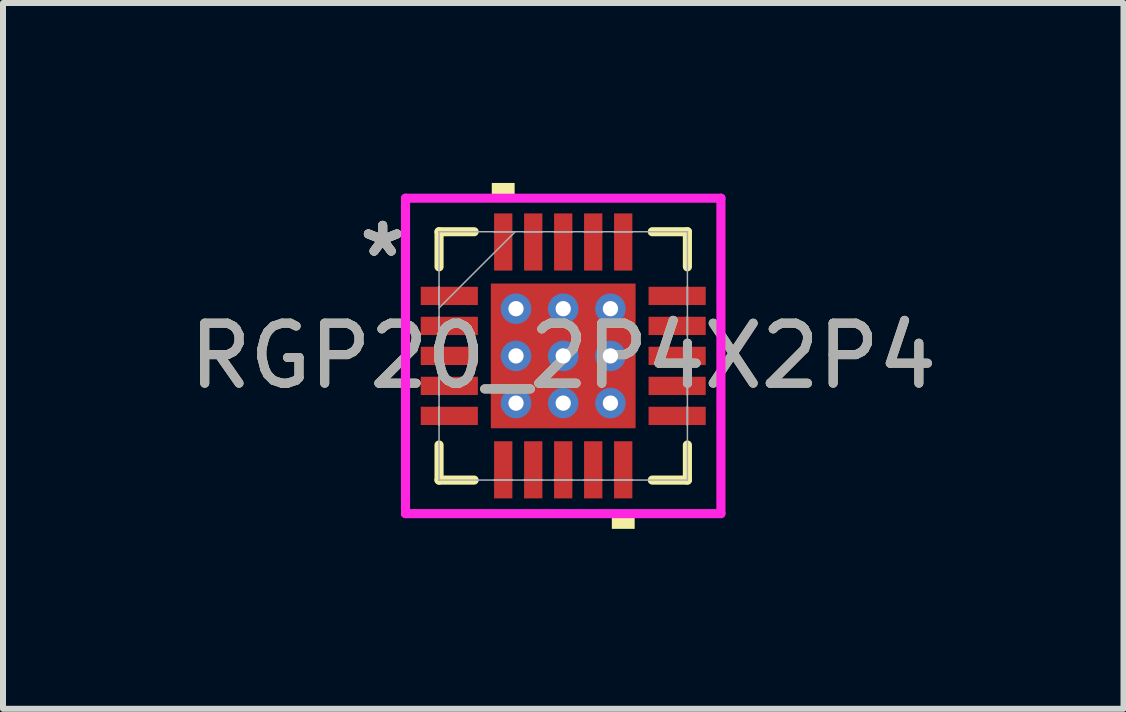
<source format=kicad_pcb>
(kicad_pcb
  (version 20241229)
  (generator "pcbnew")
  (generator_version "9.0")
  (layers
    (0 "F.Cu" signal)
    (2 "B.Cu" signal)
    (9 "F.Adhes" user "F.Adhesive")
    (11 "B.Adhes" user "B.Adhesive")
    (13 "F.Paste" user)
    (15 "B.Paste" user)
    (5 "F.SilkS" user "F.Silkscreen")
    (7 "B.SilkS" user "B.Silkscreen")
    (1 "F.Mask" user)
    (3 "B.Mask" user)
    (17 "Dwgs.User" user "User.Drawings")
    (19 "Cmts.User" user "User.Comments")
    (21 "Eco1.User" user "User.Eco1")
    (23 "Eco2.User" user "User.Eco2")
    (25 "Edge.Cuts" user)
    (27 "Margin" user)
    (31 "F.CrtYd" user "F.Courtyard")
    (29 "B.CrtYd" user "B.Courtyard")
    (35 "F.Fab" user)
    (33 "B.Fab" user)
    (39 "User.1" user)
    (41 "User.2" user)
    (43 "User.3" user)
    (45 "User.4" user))
  (footprint "RGP20_2P4X2P4"
    (layer "F.Cu")
    (at 6.339 2.883)
    (property "Reference" "RGP20_2P4X2P4" (at 0 0 0) (unlocked yes) (layer "F.SilkS") (effects (font (size 1 1) (thickness 0.15))))
    (attr smd)
    (fp_poly (pts (xy -1.27 -1.27) (xy -0.987 -1.27) (xy -0.987 1.27) (xy -1.27 1.27)) (stroke (width 0) (type solid)) (fill yes) (layer "F.Mask"))
    (fp_poly (pts (xy -1.27 -1.27) (xy 1.27 -1.27) (xy 1.27 -0.987) (xy -1.27 -0.987)) (stroke (width 0) (type solid)) (fill yes) (layer "F.Mask"))
    (fp_poly (pts (xy -1.27 -0.587) (xy 1.27 -0.587) (xy 1.27 -0.2) (xy -1.27 -0.2)) (stroke (width 0) (type solid)) (fill yes) (layer "F.Mask"))
    (fp_poly (pts (xy -1.27 0.2) (xy 1.27 0.2) (xy 1.27 0.587) (xy -1.27 0.587)) (stroke (width 0) (type solid)) (fill yes) (layer "F.Mask"))
    (fp_poly (pts (xy -1.27 0.987) (xy 1.27 0.987) (xy 1.27 1.27) (xy -1.27 1.27)) (stroke (width 0) (type solid)) (fill yes) (layer "F.Mask"))
    (fp_poly (pts (xy -0.2 -1.27) (xy -0.587 -1.27) (xy -0.587 1.27) (xy -0.2 1.27)) (stroke (width 0) (type solid)) (fill yes) (layer "F.Mask"))
    (fp_poly (pts (xy 0.587 -1.27) (xy 0.2 -1.27) (xy 0.2 1.27) (xy 0.587 1.27)) (stroke (width 0) (type solid)) (fill yes) (layer "F.Mask"))
    (fp_poly (pts (xy 0.987 -1.27) (xy 1.27 -1.27) (xy 1.27 1.27) (xy 0.987 1.27)) (stroke (width 0) (type solid)) (fill yes) (layer "F.Mask"))
    (fp_line (start -2.07 -2.07) (end -2.07 -1.485) (stroke (width 0.152) (type solid)) (layer "F.SilkS"))
    (fp_line (start -2.07 1.485) (end -2.07 2.07) (stroke (width 0.152) (type solid)) (layer "F.SilkS"))
    (fp_line (start -2.07 2.07) (end -1.485 2.07) (stroke (width 0.152) (type solid)) (layer "F.SilkS"))
    (fp_line (start -1.485 -2.07) (end -2.07 -2.07) (stroke (width 0.152) (type solid)) (layer "F.SilkS"))
    (fp_line (start 1.485 2.07) (end 2.07 2.07) (stroke (width 0.152) (type solid)) (layer "F.SilkS"))
    (fp_line (start 2.07 -2.07) (end 1.485 -2.07) (stroke (width 0.152) (type solid)) (layer "F.SilkS"))
    (fp_line (start 2.07 -1.485) (end 2.07 -2.07) (stroke (width 0.152) (type solid)) (layer "F.SilkS"))
    (fp_line (start 2.07 2.07) (end 2.07 1.485) (stroke (width 0.152) (type solid)) (layer "F.SilkS"))
    (fp_poly (pts (xy -1.191 -2.629) (xy -1.191 -2.883) (xy -0.81 -2.883) (xy -0.81 -2.629)) (stroke (width 0) (type solid)) (fill yes) (layer "F.SilkS"))
    (fp_poly (pts (xy 0.81 2.629) (xy 0.81 2.883) (xy 1.191 2.883) (xy 1.191 2.629)) (stroke (width 0) (type solid)) (fill yes) (layer "F.SilkS"))
    (fp_poly (pts (xy -1.132 -1.132) (xy -1.132 -0.887) (xy -1.029 -0.887) (xy -0.887 -1.029) (xy -0.887 -1.132)) (stroke (width 0) (type solid)) (fill yes) (layer "F.Paste"))
    (fp_poly (pts (xy -1.132 0.887) (xy -1.132 1.132) (xy -0.887 1.132) (xy -0.887 1.029) (xy -1.029 0.887)) (stroke (width 0) (type solid)) (fill yes) (layer "F.Paste"))
    (fp_poly (pts (xy 0.887 -1.132) (xy 0.887 -1.029) (xy 1.029 -0.887) (xy 1.132 -0.887) (xy 1.132 -1.132)) (stroke (width 0) (type solid)) (fill yes) (layer "F.Paste"))
    (fp_poly (pts (xy 1.029 0.887) (xy 0.887 1.029) (xy 0.887 1.132) (xy 1.132 1.132) (xy 1.132 0.887)) (stroke (width 0) (type solid)) (fill yes) (layer "F.Paste"))
    (fp_poly (pts (xy -1.132 -0.687) (xy -1.132 -0.1) (xy -1.029 -0.1) (xy -0.887 -0.241) (xy -0.887 -0.546) (xy -1.029 -0.687)) (stroke (width 0) (type solid)) (fill yes) (layer "F.Paste"))
    (fp_poly (pts (xy -1.132 0.1) (xy -1.132 0.687) (xy -1.029 0.687) (xy -0.887 0.546) (xy -0.887 0.241) (xy -1.029 0.1)) (stroke (width 0) (type solid)) (fill yes) (layer "F.Paste"))
    (fp_poly (pts (xy -0.687 -1.132) (xy -0.687 -1.029) (xy -0.546 -0.887) (xy -0.241 -0.887) (xy -0.1 -1.029) (xy -0.1 -1.132)) (stroke (width 0) (type solid)) (fill yes) (layer "F.Paste"))
    (fp_poly (pts (xy -0.546 0.887) (xy -0.687 1.029) (xy -0.687 1.132) (xy -0.1 1.132) (xy -0.1 1.029) (xy -0.241 0.887)) (stroke (width 0) (type solid)) (fill yes) (layer "F.Paste"))
    (fp_poly (pts (xy 0.1 -1.132) (xy 0.1 -1.029) (xy 0.241 -0.887) (xy 0.546 -0.887) (xy 0.687 -1.029) (xy 0.687 -1.132)) (stroke (width 0) (type solid)) (fill yes) (layer "F.Paste"))
    (fp_poly (pts (xy 0.241 0.887) (xy 0.1 1.029) (xy 0.1 1.132) (xy 0.687 1.132) (xy 0.687 1.029) (xy 0.546 0.887)) (stroke (width 0) (type solid)) (fill yes) (layer "F.Paste"))
    (fp_poly (pts (xy 1.029 -0.687) (xy 0.887 -0.546) (xy 0.887 -0.241) (xy 1.029 -0.1) (xy 1.132 -0.1) (xy 1.132 -0.687)) (stroke (width 0) (type solid)) (fill yes) (layer "F.Paste"))
    (fp_poly (pts (xy 1.029 0.1) (xy 0.887 0.241) (xy 0.887 0.546) (xy 1.029 0.687) (xy 1.132 0.687) (xy 1.132 0.1)) (stroke (width 0) (type solid)) (fill yes) (layer "F.Paste"))
    (fp_poly (pts (xy -0.546 -0.687) (xy -0.687 -0.546) (xy -0.687 -0.241) (xy -0.546 -0.1) (xy -0.241 -0.1) (xy -0.1 -0.241) (xy -0.1 -0.546) (xy -0.241 -0.687)) (stroke (width 0) (type solid)) (fill yes) (layer "F.Paste"))
    (fp_poly (pts (xy -0.546 0.1) (xy -0.687 0.241) (xy -0.687 0.546) (xy -0.546 0.687) (xy -0.241 0.687) (xy -0.1 0.546) (xy -0.1 0.241) (xy -0.241 0.1)) (stroke (width 0) (type solid)) (fill yes) (layer "F.Paste"))
    (fp_poly (pts (xy 0.241 -0.687) (xy 0.1 -0.546) (xy 0.1 -0.241) (xy 0.241 -0.1) (xy 0.546 -0.1) (xy 0.687 -0.241) (xy 0.687 -0.546) (xy 0.546 -0.687)) (stroke (width 0) (type solid)) (fill yes) (layer "F.Paste"))
    (fp_poly (pts (xy 0.241 0.1) (xy 0.1 0.241) (xy 0.1 0.546) (xy 0.241 0.687) (xy 0.546 0.687) (xy 0.687 0.546) (xy 0.687 0.241) (xy 0.546 0.1)) (stroke (width 0) (type solid)) (fill yes) (layer "F.Paste"))
    (fp_line (start -2.629 -2.629) (end 2.629 -2.629) (stroke (width 0.152) (type solid)) (layer "F.CrtYd"))
    (fp_line (start -2.629 2.629) (end -2.629 -2.629) (stroke (width 0.152) (type solid)) (layer "F.CrtYd"))
    (fp_line (start 2.629 -2.629) (end 2.629 2.629) (stroke (width 0.152) (type solid)) (layer "F.CrtYd"))
    (fp_line (start 2.629 2.629) (end -2.629 2.629) (stroke (width 0.152) (type solid)) (layer "F.CrtYd"))
    (fp_line (start -2.07 -2.07) (end -2.07 -2.07) (stroke (width 0.025) (type solid)) (layer "F.Fab"))
    (fp_line (start -2.07 -2.07) (end -2.07 2.07) (stroke (width 0.025) (type solid)) (layer "F.Fab"))
    (fp_line (start -2.07 -1.152) (end -2.07 -1.152) (stroke (width 0.025) (type solid)) (layer "F.Fab"))
    (fp_line (start -2.07 -1.152) (end -2.07 -0.848) (stroke (width 0.025) (type solid)) (layer "F.Fab"))
    (fp_line (start -2.07 -0.848) (end -2.07 -1.152) (stroke (width 0.025) (type solid)) (layer "F.Fab"))
    (fp_line (start -2.07 -0.848) (end -2.07 -0.848) (stroke (width 0.025) (type solid)) (layer "F.Fab"))
    (fp_line (start -2.07 -0.8) (end -0.8 -2.07) (stroke (width 0.025) (type solid)) (layer "F.Fab"))
    (fp_line (start -2.07 -0.652) (end -2.07 -0.652) (stroke (width 0.025) (type solid)) (layer "F.Fab"))
    (fp_line (start -2.07 -0.652) (end -2.07 -0.348) (stroke (width 0.025) (type solid)) (layer "F.Fab"))
    (fp_line (start -2.07 -0.348) (end -2.07 -0.652) (stroke (width 0.025) (type solid)) (layer "F.Fab"))
    (fp_line (start -2.07 -0.348) (end -2.07 -0.348) (stroke (width 0.025) (type solid)) (layer "F.Fab"))
    (fp_line (start -2.07 -0.152) (end -2.07 -0.152) (stroke (width 0.025) (type solid)) (layer "F.Fab"))
    (fp_line (start -2.07 -0.152) (end -2.07 0.152) (stroke (width 0.025) (type solid)) (layer "F.Fab"))
    (fp_line (start -2.07 0.152) (end -2.07 -0.152) (stroke (width 0.025) (type solid)) (layer "F.Fab"))
    (fp_line (start -2.07 0.152) (end -2.07 0.152) (stroke (width 0.025) (type solid)) (layer "F.Fab"))
    (fp_line (start -2.07 0.348) (end -2.07 0.348) (stroke (width 0.025) (type solid)) (layer "F.Fab"))
    (fp_line (start -2.07 0.348) (end -2.07 0.652) (stroke (width 0.025) (type solid)) (layer "F.Fab"))
    (fp_line (start -2.07 0.652) (end -2.07 0.348) (stroke (width 0.025) (type solid)) (layer "F.Fab"))
    (fp_line (start -2.07 0.652) (end -2.07 0.652) (stroke (width 0.025) (type solid)) (layer "F.Fab"))
    (fp_line (start -2.07 0.848) (end -2.07 0.848) (stroke (width 0.025) (type solid)) (layer "F.Fab"))
    (fp_line (start -2.07 0.848) (end -2.07 1.152) (stroke (width 0.025) (type solid)) (layer "F.Fab"))
    (fp_line (start -2.07 1.152) (end -2.07 0.848) (stroke (width 0.025) (type solid)) (layer "F.Fab"))
    (fp_line (start -2.07 1.152) (end -2.07 1.152) (stroke (width 0.025) (type solid)) (layer "F.Fab"))
    (fp_line (start -2.07 2.07) (end -2.07 2.07) (stroke (width 0.025) (type solid)) (layer "F.Fab"))
    (fp_line (start -2.07 2.07) (end 2.07 2.07) (stroke (width 0.025) (type solid)) (layer "F.Fab"))
    (fp_line (start -1.152 -2.07) (end -1.152 -2.07) (stroke (width 0.025) (type solid)) (layer "F.Fab"))
    (fp_line (start -1.152 -2.07) (end -0.848 -2.07) (stroke (width 0.025) (type solid)) (layer "F.Fab"))
    (fp_line (start -1.152 2.07) (end -1.152 2.07) (stroke (width 0.025) (type solid)) (layer "F.Fab"))
    (fp_line (start -1.152 2.07) (end -0.848 2.07) (stroke (width 0.025) (type solid)) (layer "F.Fab"))
    (fp_line (start -0.848 -2.07) (end -1.152 -2.07) (stroke (width 0.025) (type solid)) (layer "F.Fab"))
    (fp_line (start -0.848 -2.07) (end -0.848 -2.07) (stroke (width 0.025) (type solid)) (layer "F.Fab"))
    (fp_line (start -0.848 2.07) (end -1.152 2.07) (stroke (width 0.025) (type solid)) (layer "F.Fab"))
    (fp_line (start -0.848 2.07) (end -0.848 2.07) (stroke (width 0.025) (type solid)) (layer "F.Fab"))
    (fp_line (start -0.652 -2.07) (end -0.652 -2.07) (stroke (width 0.025) (type solid)) (layer "F.Fab"))
    (fp_line (start -0.652 -2.07) (end -0.348 -2.07) (stroke (width 0.025) (type solid)) (layer "F.Fab"))
    (fp_line (start -0.652 2.07) (end -0.652 2.07) (stroke (width 0.025) (type solid)) (layer "F.Fab"))
    (fp_line (start -0.652 2.07) (end -0.348 2.07) (stroke (width 0.025) (type solid)) (layer "F.Fab"))
    (fp_line (start -0.348 -2.07) (end -0.652 -2.07) (stroke (width 0.025) (type solid)) (layer "F.Fab"))
    (fp_line (start -0.348 -2.07) (end -0.348 -2.07) (stroke (width 0.025) (type solid)) (layer "F.Fab"))
    (fp_line (start -0.348 2.07) (end -0.652 2.07) (stroke (width 0.025) (type solid)) (layer "F.Fab"))
    (fp_line (start -0.348 2.07) (end -0.348 2.07) (stroke (width 0.025) (type solid)) (layer "F.Fab"))
    (fp_line (start -0.152 -2.07) (end -0.152 -2.07) (stroke (width 0.025) (type solid)) (layer "F.Fab"))
    (fp_line (start -0.152 -2.07) (end 0.152 -2.07) (stroke (width 0.025) (type solid)) (layer "F.Fab"))
    (fp_line (start -0.152 2.07) (end -0.152 2.07) (stroke (width 0.025) (type solid)) (layer "F.Fab"))
    (fp_line (start -0.152 2.07) (end 0.152 2.07) (stroke (width 0.025) (type solid)) (layer "F.Fab"))
    (fp_line (start 0.152 -2.07) (end -0.152 -2.07) (stroke (width 0.025) (type solid)) (layer "F.Fab"))
    (fp_line (start 0.152 -2.07) (end 0.152 -2.07) (stroke (width 0.025) (type solid)) (layer "F.Fab"))
    (fp_line (start 0.152 2.07) (end -0.152 2.07) (stroke (width 0.025) (type solid)) (layer "F.Fab"))
    (fp_line (start 0.152 2.07) (end 0.152 2.07) (stroke (width 0.025) (type solid)) (layer "F.Fab"))
    (fp_line (start 0.348 -2.07) (end 0.348 -2.07) (stroke (width 0.025) (type solid)) (layer "F.Fab"))
    (fp_line (start 0.348 -2.07) (end 0.652 -2.07) (stroke (width 0.025) (type solid)) (layer "F.Fab"))
    (fp_line (start 0.348 2.07) (end 0.348 2.07) (stroke (width 0.025) (type solid)) (layer "F.Fab"))
    (fp_line (start 0.348 2.07) (end 0.652 2.07) (stroke (width 0.025) (type solid)) (layer "F.Fab"))
    (fp_line (start 0.652 -2.07) (end 0.348 -2.07) (stroke (width 0.025) (type solid)) (layer "F.Fab"))
    (fp_line (start 0.652 -2.07) (end 0.652 -2.07) (stroke (width 0.025) (type solid)) (layer "F.Fab"))
    (fp_line (start 0.652 2.07) (end 0.348 2.07) (stroke (width 0.025) (type solid)) (layer "F.Fab"))
    (fp_line (start 0.652 2.07) (end 0.652 2.07) (stroke (width 0.025) (type solid)) (layer "F.Fab"))
    (fp_line (start 0.848 -2.07) (end 0.848 -2.07) (stroke (width 0.025) (type solid)) (layer "F.Fab"))
    (fp_line (start 0.848 -2.07) (end 1.152 -2.07) (stroke (width 0.025) (type solid)) (layer "F.Fab"))
    (fp_line (start 0.848 2.07) (end 0.848 2.07) (stroke (width 0.025) (type solid)) (layer "F.Fab"))
    (fp_line (start 0.848 2.07) (end 1.152 2.07) (stroke (width 0.025) (type solid)) (layer "F.Fab"))
    (fp_line (start 1.152 -2.07) (end 0.848 -2.07) (stroke (width 0.025) (type solid)) (layer "F.Fab"))
    (fp_line (start 1.152 -2.07) (end 1.152 -2.07) (stroke (width 0.025) (type solid)) (layer "F.Fab"))
    (fp_line (start 1.152 2.07) (end 0.848 2.07) (stroke (width 0.025) (type solid)) (layer "F.Fab"))
    (fp_line (start 1.152 2.07) (end 1.152 2.07) (stroke (width 0.025) (type solid)) (layer "F.Fab"))
    (fp_line (start 2.07 -2.07) (end -2.07 -2.07) (stroke (width 0.025) (type solid)) (layer "F.Fab"))
    (fp_line (start 2.07 -2.07) (end 2.07 -2.07) (stroke (width 0.025) (type solid)) (layer "F.Fab"))
    (fp_line (start 2.07 -1.152) (end 2.07 -1.152) (stroke (width 0.025) (type solid)) (layer "F.Fab"))
    (fp_line (start 2.07 -1.152) (end 2.07 -0.848) (stroke (width 0.025) (type solid)) (layer "F.Fab"))
    (fp_line (start 2.07 -0.848) (end 2.07 -1.152) (stroke (width 0.025) (type solid)) (layer "F.Fab"))
    (fp_line (start 2.07 -0.848) (end 2.07 -0.848) (stroke (width 0.025) (type solid)) (layer "F.Fab"))
    (fp_line (start 2.07 -0.652) (end 2.07 -0.652) (stroke (width 0.025) (type solid)) (layer "F.Fab"))
    (fp_line (start 2.07 -0.652) (end 2.07 -0.348) (stroke (width 0.025) (type solid)) (layer "F.Fab"))
    (fp_line (start 2.07 -0.348) (end 2.07 -0.652) (stroke (width 0.025) (type solid)) (layer "F.Fab"))
    (fp_line (start 2.07 -0.348) (end 2.07 -0.348) (stroke (width 0.025) (type solid)) (layer "F.Fab"))
    (fp_line (start 2.07 -0.152) (end 2.07 -0.152) (stroke (width 0.025) (type solid)) (layer "F.Fab"))
    (fp_line (start 2.07 -0.152) (end 2.07 0.152) (stroke (width 0.025) (type solid)) (layer "F.Fab"))
    (fp_line (start 2.07 0.152) (end 2.07 -0.152) (stroke (width 0.025) (type solid)) (layer "F.Fab"))
    (fp_line (start 2.07 0.152) (end 2.07 0.152) (stroke (width 0.025) (type solid)) (layer "F.Fab"))
    (fp_line (start 2.07 0.348) (end 2.07 0.348) (stroke (width 0.025) (type solid)) (layer "F.Fab"))
    (fp_line (start 2.07 0.348) (end 2.07 0.652) (stroke (width 0.025) (type solid)) (layer "F.Fab"))
    (fp_line (start 2.07 0.652) (end 2.07 0.348) (stroke (width 0.025) (type solid)) (layer "F.Fab"))
    (fp_line (start 2.07 0.652) (end 2.07 0.652) (stroke (width 0.025) (type solid)) (layer "F.Fab"))
    (fp_line (start 2.07 0.848) (end 2.07 0.848) (stroke (width 0.025) (type solid)) (layer "F.Fab"))
    (fp_line (start 2.07 0.848) (end 2.07 1.152) (stroke (width 0.025) (type solid)) (layer "F.Fab"))
    (fp_line (start 2.07 1.152) (end 2.07 0.848) (stroke (width 0.025) (type solid)) (layer "F.Fab"))
    (fp_line (start 2.07 1.152) (end 2.07 1.152) (stroke (width 0.025) (type solid)) (layer "F.Fab"))
    (fp_line (start 2.07 2.07) (end 2.07 -2.07) (stroke (width 0.025) (type solid)) (layer "F.Fab"))
    (fp_line (start 2.07 2.07) (end 2.07 2.07) (stroke (width 0.025) (type solid)) (layer "F.Fab"))
    (fp_text user "*" (at -3.01 -1.631 0) (layer "F.SilkS") (effects (font (size 1 1) (thickness 0.15))))
    (fp_text user "*" (at -3.01 -1.631 0) (unlocked yes) (layer "F.SilkS") (effects (font (size 1 1) (thickness 0.15))))
    (fp_text user "*" (at -3.01 -1.631 0) (unlocked yes) (layer "F.Fab") (effects (font (size 1 1) (thickness 0.15))))
    (fp_text user "${REFERENCE}" (at 0 0 0) (unlocked yes) (layer "F.Fab") (effects (font (size 1 1) (thickness 0.15))))
    (fp_text user "*" (at -3.01 -1.631 0) (layer "F.Fab") (effects (font (size 1 1) (thickness 0.15))))
    (pad "1" smd rect (at -1.899 -1 90) (size 0.305 0.953) (layers "F.Cu" "F.Mask" "F.Paste"))
    (pad "2" smd rect (at -1.899 -0.5 90) (size 0.305 0.953) (layers "F.Cu" "F.Mask" "F.Paste"))
    (pad "3" smd rect (at -1.899 0 90) (size 0.305 0.953) (layers "F.Cu" "F.Mask" "F.Paste"))
    (pad "4" smd rect (at -1.899 0.5 90) (size 0.305 0.953) (layers "F.Cu" "F.Mask" "F.Paste"))
    (pad "5" smd rect (at -1.899 1 90) (size 0.305 0.953) (layers "F.Cu" "F.Mask" "F.Paste"))
    (pad "6" smd rect (at -1 1.899) (size 0.305 0.953) (layers "F.Cu" "F.Mask" "F.Paste"))
    (pad "7" smd rect (at -0.5 1.899) (size 0.305 0.953) (layers "F.Cu" "F.Mask" "F.Paste"))
    (pad "8" smd rect (at 0 1.899) (size 0.305 0.953) (layers "F.Cu" "F.Mask" "F.Paste"))
    (pad "9" smd rect (at 0.5 1.899) (size 0.305 0.953) (layers "F.Cu" "F.Mask" "F.Paste"))
    (pad "10" smd rect (at 1 1.899) (size 0.305 0.953) (layers "F.Cu" "F.Mask" "F.Paste"))
    (pad "11" smd rect (at 1.899 1 90) (size 0.305 0.953) (layers "F.Cu" "F.Mask" "F.Paste"))
    (pad "12" smd rect (at 1.899 0.5 90) (size 0.305 0.953) (layers "F.Cu" "F.Mask" "F.Paste"))
    (pad "13" smd rect (at 1.899 0 90) (size 0.305 0.953) (layers "F.Cu" "F.Mask" "F.Paste"))
    (pad "14" smd rect (at 1.899 -0.5 90) (size 0.305 0.953) (layers "F.Cu" "F.Mask" "F.Paste"))
    (pad "15" smd rect (at 1.899 -1 90) (size 0.305 0.953) (layers "F.Cu" "F.Mask" "F.Paste"))
    (pad "16" smd rect (at 1 -1.899) (size 0.305 0.953) (layers "F.Cu" "F.Mask" "F.Paste"))
    (pad "17" smd rect (at 0.5 -1.899) (size 0.305 0.953) (layers "F.Cu" "F.Mask" "F.Paste"))
    (pad "18" smd rect (at 0 -1.899) (size 0.305 0.953) (layers "F.Cu" "F.Mask" "F.Paste"))
    (pad "19" smd rect (at -0.5 -1.899) (size 0.305 0.953) (layers "F.Cu" "F.Mask" "F.Paste"))
    (pad "20" smd rect (at -1 -1.899) (size 0.305 0.953) (layers "F.Cu" "F.Mask" "F.Paste"))
    (pad "21" smd rect (at 0 0) (size 2.413 2.413) (layers "F.Cu"))
    (pad "V" thru_hole circle (at -0.787 -0.787) (size 0.508 0.508) (drill 0.254) (layers "*.Cu" "*.Mask"))
    (pad "V" thru_hole circle (at -0.787 0) (size 0.508 0.508) (drill 0.254) (layers "*.Cu" "*.Mask"))
    (pad "V" thru_hole circle (at -0.787 0.787) (size 0.508 0.508) (drill 0.254) (layers "*.Cu" "*.Mask"))
    (pad "V" thru_hole circle (at 0 -0.787) (size 0.508 0.508) (drill 0.254) (layers "*.Cu" "*.Mask"))
    (pad "V" thru_hole circle (at 0 0) (size 0.508 0.508) (drill 0.254) (layers "*.Cu" "*.Mask"))
    (pad "V" thru_hole circle (at 0 0.787) (size 0.508 0.508) (drill 0.254) (layers "*.Cu" "*.Mask"))
    (pad "V" thru_hole circle (at 0.787 -0.787) (size 0.508 0.508) (drill 0.254) (layers "*.Cu" "*.Mask"))
    (pad "V" thru_hole circle (at 0.787 0) (size 0.508 0.508) (drill 0.254) (layers "*.Cu" "*.Mask"))
    (pad "V" thru_hole circle (at 0.787 0.787) (size 0.508 0.508) (drill 0.254) (layers "*.Cu" "*.Mask")))
  (gr_rect
    (start -3 -3)
    (end 15.679 8.766)
    (stroke (width 0.1) (type default))
    (fill no)
    (layer "Edge.Cuts")))
</source>
